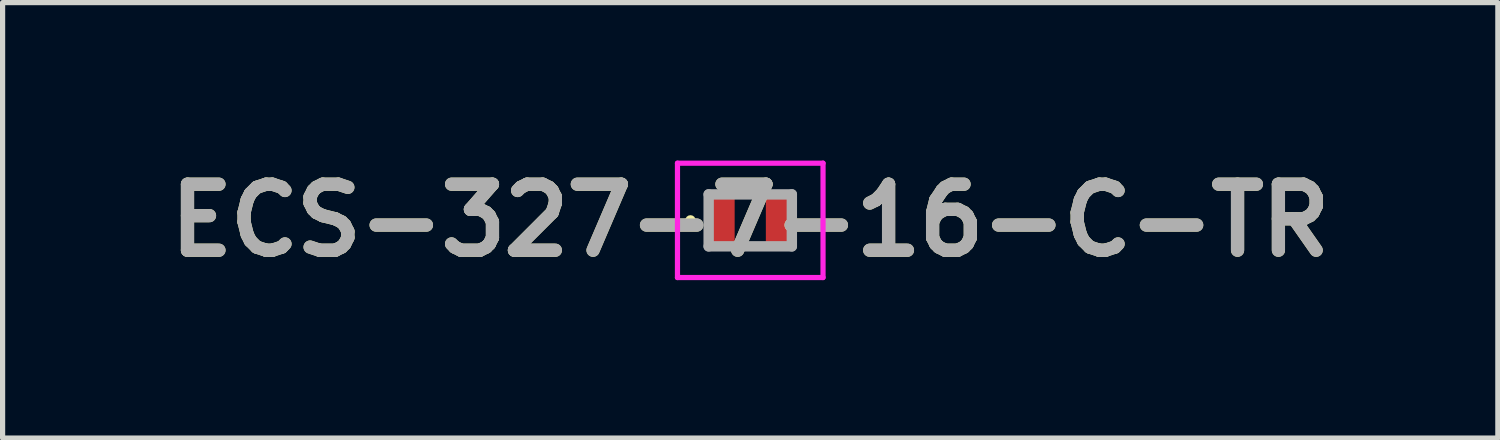
<source format=kicad_pcb>
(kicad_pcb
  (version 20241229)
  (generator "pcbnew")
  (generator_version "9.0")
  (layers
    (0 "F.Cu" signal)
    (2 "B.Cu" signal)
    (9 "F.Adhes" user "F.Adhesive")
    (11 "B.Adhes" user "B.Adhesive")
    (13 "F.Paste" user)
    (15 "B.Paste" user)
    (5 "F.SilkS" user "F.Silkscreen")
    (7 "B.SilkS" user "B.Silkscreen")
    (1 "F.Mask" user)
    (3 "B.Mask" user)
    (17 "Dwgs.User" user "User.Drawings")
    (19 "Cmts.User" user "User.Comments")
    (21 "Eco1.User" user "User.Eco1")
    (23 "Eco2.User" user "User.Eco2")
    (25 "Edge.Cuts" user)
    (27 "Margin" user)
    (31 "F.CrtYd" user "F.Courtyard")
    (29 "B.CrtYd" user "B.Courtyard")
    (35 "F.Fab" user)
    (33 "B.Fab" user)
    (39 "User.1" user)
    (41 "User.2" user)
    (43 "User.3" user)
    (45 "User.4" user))
  (footprint "ECS-327-7-16-C-TR"
    (layer "F.Cu")
    (at 11.382 1.189)
    (property "Reference" "ECS-327-7-16-C-TR" (at 0 0 0) (layer "F.SilkS") (effects (font (size 1.27 1.27) (thickness 0.254))))
    (attr smd)
    (fp_line (start -1.2 0) (end -1.2 0) (stroke (width 0.1) (type solid)) (layer "F.SilkS"))
    (fp_line (start -1.1 0) (end -1.1 0) (stroke (width 0.1) (type solid)) (layer "F.SilkS"))
    (fp_arc (start -1.2 0) (mid -1.15 -0.05) (end -1.1 0) (stroke (width 0.1) (type solid)) (layer "F.SilkS"))
    (fp_arc (start -1.1 0) (mid -1.15 0.05) (end -1.2 0) (stroke (width 0.1) (type solid)) (layer "F.SilkS"))
    (fp_line (start -1.4 -1.1) (end 1.4 -1.1) (stroke (width 0.1) (type solid)) (layer "F.CrtYd"))
    (fp_line (start -1.4 1.1) (end -1.4 -1.1) (stroke (width 0.1) (type solid)) (layer "F.CrtYd"))
    (fp_line (start 1.4 -1.1) (end 1.4 1.1) (stroke (width 0.1) (type solid)) (layer "F.CrtYd"))
    (fp_line (start 1.4 1.1) (end -1.4 1.1) (stroke (width 0.1) (type solid)) (layer "F.CrtYd"))
    (fp_line (start -0.8 -0.5) (end 0.8 -0.5) (stroke (width 0.2) (type solid)) (layer "F.Fab"))
    (fp_line (start -0.8 0.5) (end -0.8 -0.5) (stroke (width 0.2) (type solid)) (layer "F.Fab"))
    (fp_line (start 0.8 -0.5) (end 0.8 0.5) (stroke (width 0.2) (type solid)) (layer "F.Fab"))
    (fp_line (start 0.8 0.5) (end -0.8 0.5) (stroke (width 0.2) (type solid)) (layer "F.Fab"))
    (fp_text user "${REFERENCE}" (at 0 0 0) (layer "F.Fab") (effects (font (size 1.27 1.27) (thickness 0.254))))
    (pad "1" smd rect (at -0.55 0) (size 0.5 1) (layers "F.Cu" "F.Mask" "F.Paste"))
    (pad "2" smd rect (at 0.55 0) (size 0.5 1) (layers "F.Cu" "F.Mask" "F.Paste")))
  (gr_rect
    (start -3 -3)
    (end 25.763 5.377)
    (stroke (width 0.1) (type default))
    (fill no)
    (layer "Edge.Cuts")))
</source>
